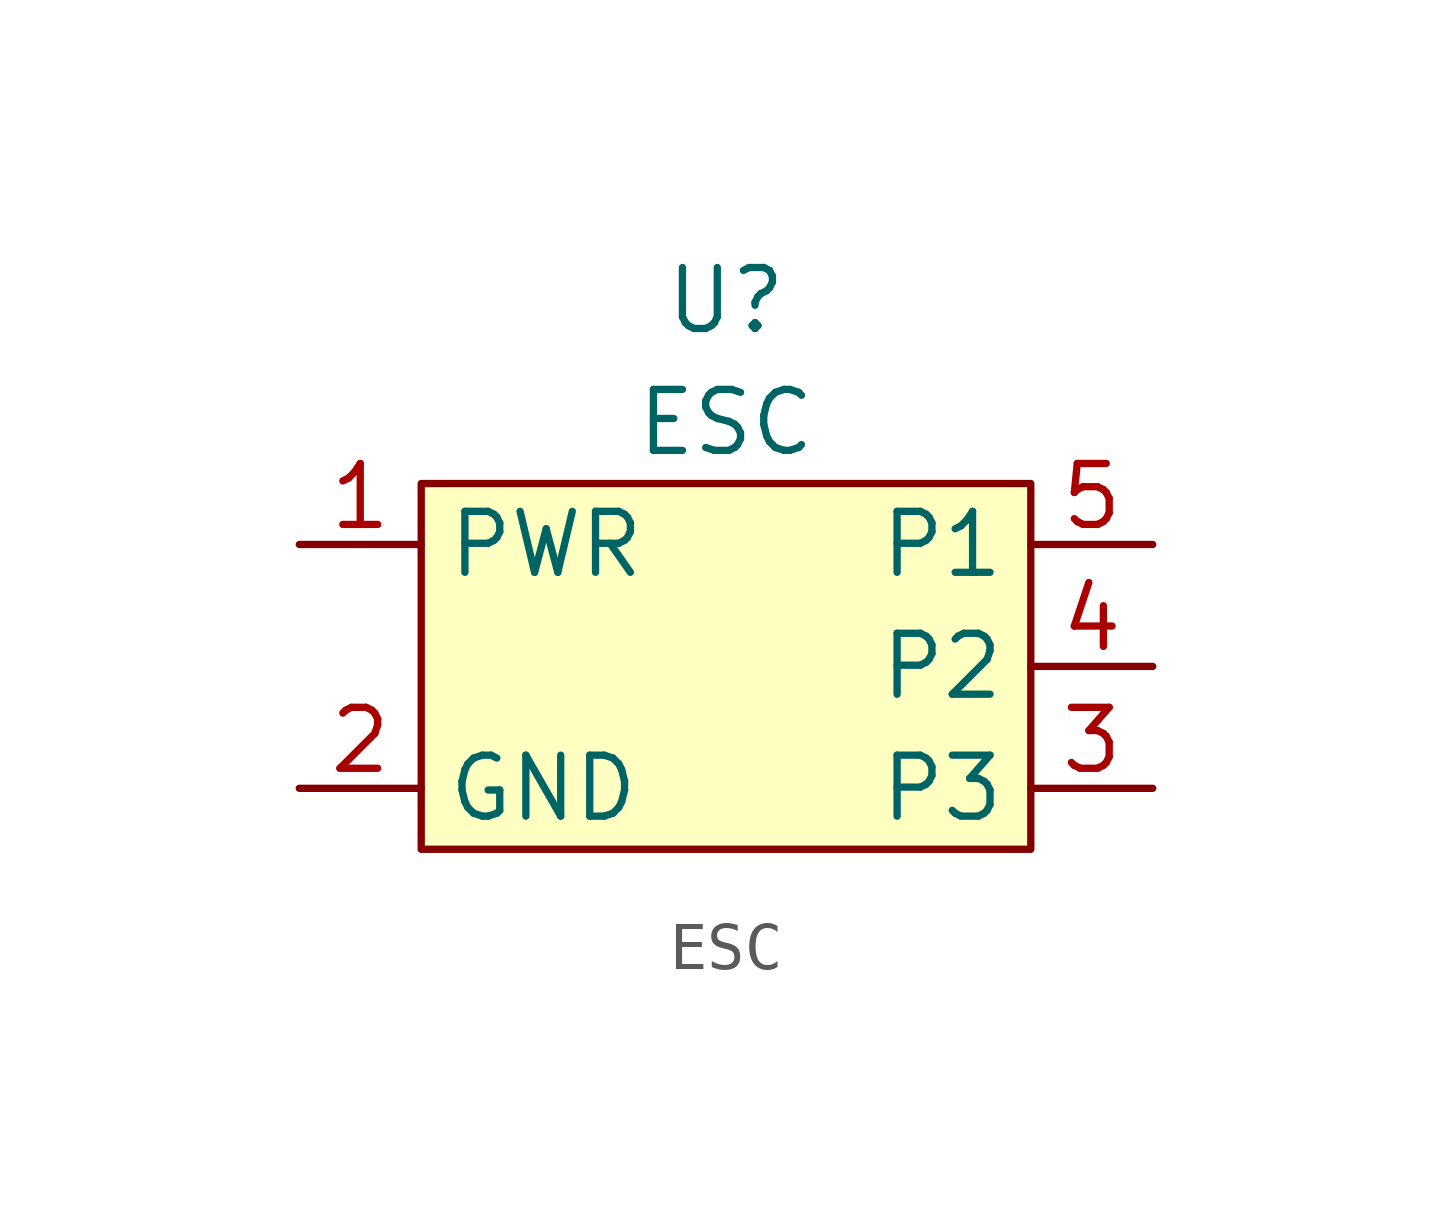
<source format=kicad_sym>
(kicad_symbol_lib
  (version 20211014)
  (generator kicad_symbol_editor)
  (symbol "ESC"
    (property "Reference" "U"
      (at 0 3.81 0)
      (effects (font (size 1.27 1.27))))
    (property "Value" "ESC"
      (at 0 1.27 0)
      (effects (font (size 1.27 1.27))))
    (symbol "ESC_0_1"
      (rectangle (start -6.35 0) (end 6.35 -7.62) (stroke (width 0) (type default) (color 0 0 0 0)) (fill (type background))))
    (symbol "ESC_1_1"
      (pin power_in line (at -8.89 -1.27 0) (length 2.54) (name "PWR" (effects (font (size 1.27 1.27)))) (number "1" (effects (font (size 1.27 1.27)))))
      (pin power_in line (at -8.89 -6.35 0) (length 2.54) (name "GND" (effects (font (size 1.27 1.27)))) (number "2" (effects (font (size 1.27 1.27)))))
      (pin power_out line (at 8.89 -6.35 180) (length 2.54) (name "P3" (effects (font (size 1.27 1.27)))) (number "3" (effects (font (size 1.27 1.27)))))
      (pin power_out line (at 8.89 -3.81 180) (length 2.54) (name "P2" (effects (font (size 1.27 1.27)))) (number "4" (effects (font (size 1.27 1.27)))))
      (pin power_out line (at 8.89 -1.27 180) (length 2.54) (name "P1" (effects (font (size 1.27 1.27)))) (number "5" (effects (font (size 1.27 1.27))))))))
</source>
